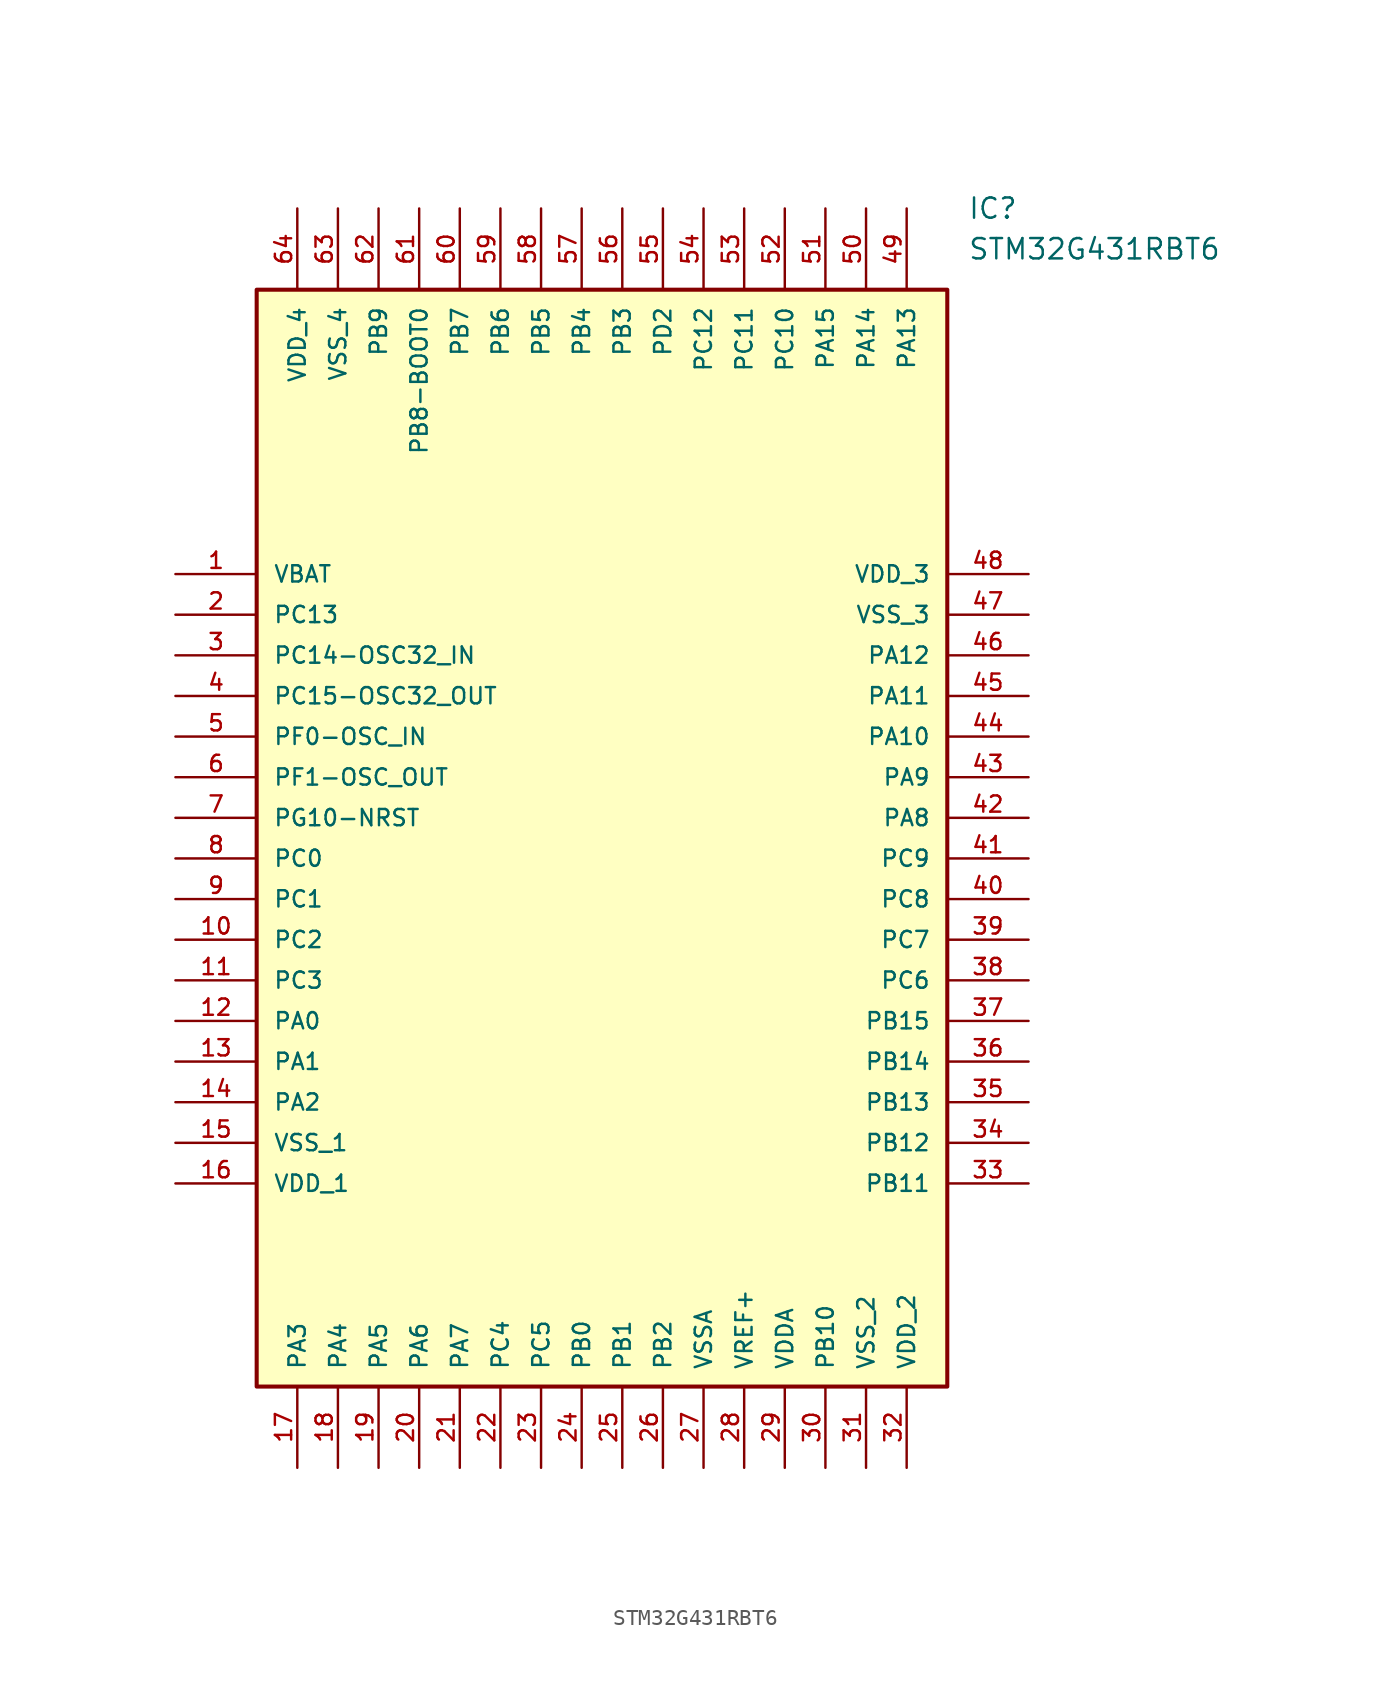
<source format=kicad_sym>
(kicad_symbol_lib
  (version 20211014)
  (generator kicad_symbol_editor)
  (symbol "STM32G431RBT6"
    (pin_names
      (offset 1.016))
    (property "Reference" "IC"
      (at 49.53 22.86 0)
      (effects (font (size 1.27 1.27)) (justify left)))
    (property "Value" "STM32G431RBT6"
      (at 49.53 20.32 0)
      (effects (font (size 1.27 1.27)) (justify left)))
    (symbol "STM32G431RBT6_0_0"
      (rectangle (start 5.08 -50.8) (end 48.26 17.78) (stroke (width 0.254)) (fill (type background)))
      (pin bidirectional line (at 0.0 0.0 0) (length 5.08) (name "VBAT" (effects (font (size 1.016 1.016)))) (number "1" (effects (font (size 1.016 1.016)))))
      (pin bidirectional line (at 0.0 -2.54 0) (length 5.08) (name "PC13" (effects (font (size 1.016 1.016)))) (number "2" (effects (font (size 1.016 1.016)))))
      (pin bidirectional line (at 0.0 -5.08 0) (length 5.08) (name "PC14-OSC32_IN" (effects (font (size 1.016 1.016)))) (number "3" (effects (font (size 1.016 1.016)))))
      (pin bidirectional line (at 0.0 -7.62 0) (length 5.08) (name "PC15-OSC32_OUT" (effects (font (size 1.016 1.016)))) (number "4" (effects (font (size 1.016 1.016)))))
      (pin bidirectional line (at 0.0 -10.16 0) (length 5.08) (name "PF0-OSC_IN" (effects (font (size 1.016 1.016)))) (number "5" (effects (font (size 1.016 1.016)))))
      (pin bidirectional line (at 0.0 -12.7 0) (length 5.08) (name "PF1-OSC_OUT" (effects (font (size 1.016 1.016)))) (number "6" (effects (font (size 1.016 1.016)))))
      (pin bidirectional line (at 0.0 -15.24 0) (length 5.08) (name "PG10-NRST" (effects (font (size 1.016 1.016)))) (number "7" (effects (font (size 1.016 1.016)))))
      (pin bidirectional line (at 0.0 -17.78 0) (length 5.08) (name "PC0" (effects (font (size 1.016 1.016)))) (number "8" (effects (font (size 1.016 1.016)))))
      (pin bidirectional line (at 0.0 -20.32 0) (length 5.08) (name "PC1" (effects (font (size 1.016 1.016)))) (number "9" (effects (font (size 1.016 1.016)))))
      (pin bidirectional line (at 0.0 -22.86 0) (length 5.08) (name "PC2" (effects (font (size 1.016 1.016)))) (number "10" (effects (font (size 1.016 1.016)))))
      (pin bidirectional line (at 0.0 -25.4 0) (length 5.08) (name "PC3" (effects (font (size 1.016 1.016)))) (number "11" (effects (font (size 1.016 1.016)))))
      (pin bidirectional line (at 0.0 -27.94 0) (length 5.08) (name "PA0" (effects (font (size 1.016 1.016)))) (number "12" (effects (font (size 1.016 1.016)))))
      (pin bidirectional line (at 0.0 -30.48 0) (length 5.08) (name "PA1" (effects (font (size 1.016 1.016)))) (number "13" (effects (font (size 1.016 1.016)))))
      (pin bidirectional line (at 0.0 -33.02 0) (length 5.08) (name "PA2" (effects (font (size 1.016 1.016)))) (number "14" (effects (font (size 1.016 1.016)))))
      (pin bidirectional line (at 0.0 -35.56 0) (length 5.08) (name "VSS_1" (effects (font (size 1.016 1.016)))) (number "15" (effects (font (size 1.016 1.016)))))
      (pin bidirectional line (at 0.0 -38.1 0) (length 5.08) (name "VDD_1" (effects (font (size 1.016 1.016)))) (number "16" (effects (font (size 1.016 1.016)))))
      (pin bidirectional line (at 7.62 -55.88 90.0) (length 5.08) (name "PA3" (effects (font (size 1.016 1.016)))) (number "17" (effects (font (size 1.016 1.016)))))
      (pin bidirectional line (at 10.16 -55.88 90.0) (length 5.08) (name "PA4" (effects (font (size 1.016 1.016)))) (number "18" (effects (font (size 1.016 1.016)))))
      (pin bidirectional line (at 12.7 -55.88 90.0) (length 5.08) (name "PA5" (effects (font (size 1.016 1.016)))) (number "19" (effects (font (size 1.016 1.016)))))
      (pin bidirectional line (at 15.24 -55.88 90.0) (length 5.08) (name "PA6" (effects (font (size 1.016 1.016)))) (number "20" (effects (font (size 1.016 1.016)))))
      (pin bidirectional line (at 17.78 -55.88 90.0) (length 5.08) (name "PA7" (effects (font (size 1.016 1.016)))) (number "21" (effects (font (size 1.016 1.016)))))
      (pin bidirectional line (at 20.32 -55.88 90.0) (length 5.08) (name "PC4" (effects (font (size 1.016 1.016)))) (number "22" (effects (font (size 1.016 1.016)))))
      (pin bidirectional line (at 22.86 -55.88 90.0) (length 5.08) (name "PC5" (effects (font (size 1.016 1.016)))) (number "23" (effects (font (size 1.016 1.016)))))
      (pin bidirectional line (at 25.4 -55.88 90.0) (length 5.08) (name "PB0" (effects (font (size 1.016 1.016)))) (number "24" (effects (font (size 1.016 1.016)))))
      (pin bidirectional line (at 27.94 -55.88 90.0) (length 5.08) (name "PB1" (effects (font (size 1.016 1.016)))) (number "25" (effects (font (size 1.016 1.016)))))
      (pin bidirectional line (at 30.48 -55.88 90.0) (length 5.08) (name "PB2" (effects (font (size 1.016 1.016)))) (number "26" (effects (font (size 1.016 1.016)))))
      (pin bidirectional line (at 33.02 -55.88 90.0) (length 5.08) (name "VSSA" (effects (font (size 1.016 1.016)))) (number "27" (effects (font (size 1.016 1.016)))))
      (pin bidirectional line (at 35.56 -55.88 90.0) (length 5.08) (name "VREF+" (effects (font (size 1.016 1.016)))) (number "28" (effects (font (size 1.016 1.016)))))
      (pin bidirectional line (at 38.1 -55.88 90.0) (length 5.08) (name "VDDA" (effects (font (size 1.016 1.016)))) (number "29" (effects (font (size 1.016 1.016)))))
      (pin bidirectional line (at 40.64 -55.88 90.0) (length 5.08) (name "PB10" (effects (font (size 1.016 1.016)))) (number "30" (effects (font (size 1.016 1.016)))))
      (pin bidirectional line (at 43.18 -55.88 90.0) (length 5.08) (name "VSS_2" (effects (font (size 1.016 1.016)))) (number "31" (effects (font (size 1.016 1.016)))))
      (pin bidirectional line (at 45.72 -55.88 90.0) (length 5.08) (name "VDD_2" (effects (font (size 1.016 1.016)))) (number "32" (effects (font (size 1.016 1.016)))))
      (pin bidirectional line (at 53.34 0.0 180.0) (length 5.08) (name "VDD_3" (effects (font (size 1.016 1.016)))) (number "48" (effects (font (size 1.016 1.016)))))
      (pin bidirectional line (at 53.34 -2.54 180.0) (length 5.08) (name "VSS_3" (effects (font (size 1.016 1.016)))) (number "47" (effects (font (size 1.016 1.016)))))
      (pin bidirectional line (at 53.34 -5.08 180.0) (length 5.08) (name "PA12" (effects (font (size 1.016 1.016)))) (number "46" (effects (font (size 1.016 1.016)))))
      (pin bidirectional line (at 53.34 -7.62 180.0) (length 5.08) (name "PA11" (effects (font (size 1.016 1.016)))) (number "45" (effects (font (size 1.016 1.016)))))
      (pin bidirectional line (at 53.34 -10.16 180.0) (length 5.08) (name "PA10" (effects (font (size 1.016 1.016)))) (number "44" (effects (font (size 1.016 1.016)))))
      (pin bidirectional line (at 53.34 -12.7 180.0) (length 5.08) (name "PA9" (effects (font (size 1.016 1.016)))) (number "43" (effects (font (size 1.016 1.016)))))
      (pin bidirectional line (at 53.34 -15.24 180.0) (length 5.08) (name "PA8" (effects (font (size 1.016 1.016)))) (number "42" (effects (font (size 1.016 1.016)))))
      (pin bidirectional line (at 53.34 -17.78 180.0) (length 5.08) (name "PC9" (effects (font (size 1.016 1.016)))) (number "41" (effects (font (size 1.016 1.016)))))
      (pin bidirectional line (at 53.34 -20.32 180.0) (length 5.08) (name "PC8" (effects (font (size 1.016 1.016)))) (number "40" (effects (font (size 1.016 1.016)))))
      (pin bidirectional line (at 53.34 -22.86 180.0) (length 5.08) (name "PC7" (effects (font (size 1.016 1.016)))) (number "39" (effects (font (size 1.016 1.016)))))
      (pin bidirectional line (at 53.34 -25.4 180.0) (length 5.08) (name "PC6" (effects (font (size 1.016 1.016)))) (number "38" (effects (font (size 1.016 1.016)))))
      (pin bidirectional line (at 53.34 -27.94 180.0) (length 5.08) (name "PB15" (effects (font (size 1.016 1.016)))) (number "37" (effects (font (size 1.016 1.016)))))
      (pin bidirectional line (at 53.34 -30.48 180.0) (length 5.08) (name "PB14" (effects (font (size 1.016 1.016)))) (number "36" (effects (font (size 1.016 1.016)))))
      (pin bidirectional line (at 53.34 -33.02 180.0) (length 5.08) (name "PB13" (effects (font (size 1.016 1.016)))) (number "35" (effects (font (size 1.016 1.016)))))
      (pin bidirectional line (at 53.34 -35.56 180.0) (length 5.08) (name "PB12" (effects (font (size 1.016 1.016)))) (number "34" (effects (font (size 1.016 1.016)))))
      (pin bidirectional line (at 53.34 -38.1 180.0) (length 5.08) (name "PB11" (effects (font (size 1.016 1.016)))) (number "33" (effects (font (size 1.016 1.016)))))
      (pin bidirectional line (at 7.62 22.86 270.0) (length 5.08) (name "VDD_4" (effects (font (size 1.016 1.016)))) (number "64" (effects (font (size 1.016 1.016)))))
      (pin bidirectional line (at 10.16 22.86 270.0) (length 5.08) (name "VSS_4" (effects (font (size 1.016 1.016)))) (number "63" (effects (font (size 1.016 1.016)))))
      (pin bidirectional line (at 12.7 22.86 270.0) (length 5.08) (name "PB9" (effects (font (size 1.016 1.016)))) (number "62" (effects (font (size 1.016 1.016)))))
      (pin bidirectional line (at 15.24 22.86 270.0) (length 5.08) (name "PB8-BOOT0" (effects (font (size 1.016 1.016)))) (number "61" (effects (font (size 1.016 1.016)))))
      (pin bidirectional line (at 17.78 22.86 270.0) (length 5.08) (name "PB7" (effects (font (size 1.016 1.016)))) (number "60" (effects (font (size 1.016 1.016)))))
      (pin bidirectional line (at 20.32 22.86 270.0) (length 5.08) (name "PB6" (effects (font (size 1.016 1.016)))) (number "59" (effects (font (size 1.016 1.016)))))
      (pin bidirectional line (at 22.86 22.86 270.0) (length 5.08) (name "PB5" (effects (font (size 1.016 1.016)))) (number "58" (effects (font (size 1.016 1.016)))))
      (pin bidirectional line (at 25.4 22.86 270.0) (length 5.08) (name "PB4" (effects (font (size 1.016 1.016)))) (number "57" (effects (font (size 1.016 1.016)))))
      (pin bidirectional line (at 27.94 22.86 270.0) (length 5.08) (name "PB3" (effects (font (size 1.016 1.016)))) (number "56" (effects (font (size 1.016 1.016)))))
      (pin bidirectional line (at 30.48 22.86 270.0) (length 5.08) (name "PD2" (effects (font (size 1.016 1.016)))) (number "55" (effects (font (size 1.016 1.016)))))
      (pin bidirectional line (at 33.02 22.86 270.0) (length 5.08) (name "PC12" (effects (font (size 1.016 1.016)))) (number "54" (effects (font (size 1.016 1.016)))))
      (pin bidirectional line (at 35.56 22.86 270.0) (length 5.08) (name "PC11" (effects (font (size 1.016 1.016)))) (number "53" (effects (font (size 1.016 1.016)))))
      (pin bidirectional line (at 38.1 22.86 270.0) (length 5.08) (name "PC10" (effects (font (size 1.016 1.016)))) (number "52" (effects (font (size 1.016 1.016)))))
      (pin bidirectional line (at 40.64 22.86 270.0) (length 5.08) (name "PA15" (effects (font (size 1.016 1.016)))) (number "51" (effects (font (size 1.016 1.016)))))
      (pin bidirectional line (at 43.18 22.86 270.0) (length 5.08) (name "PA14" (effects (font (size 1.016 1.016)))) (number "50" (effects (font (size 1.016 1.016)))))
      (pin bidirectional line (at 45.72 22.86 270.0) (length 5.08) (name "PA13" (effects (font (size 1.016 1.016)))) (number "49" (effects (font (size 1.016 1.016))))))))
</source>
